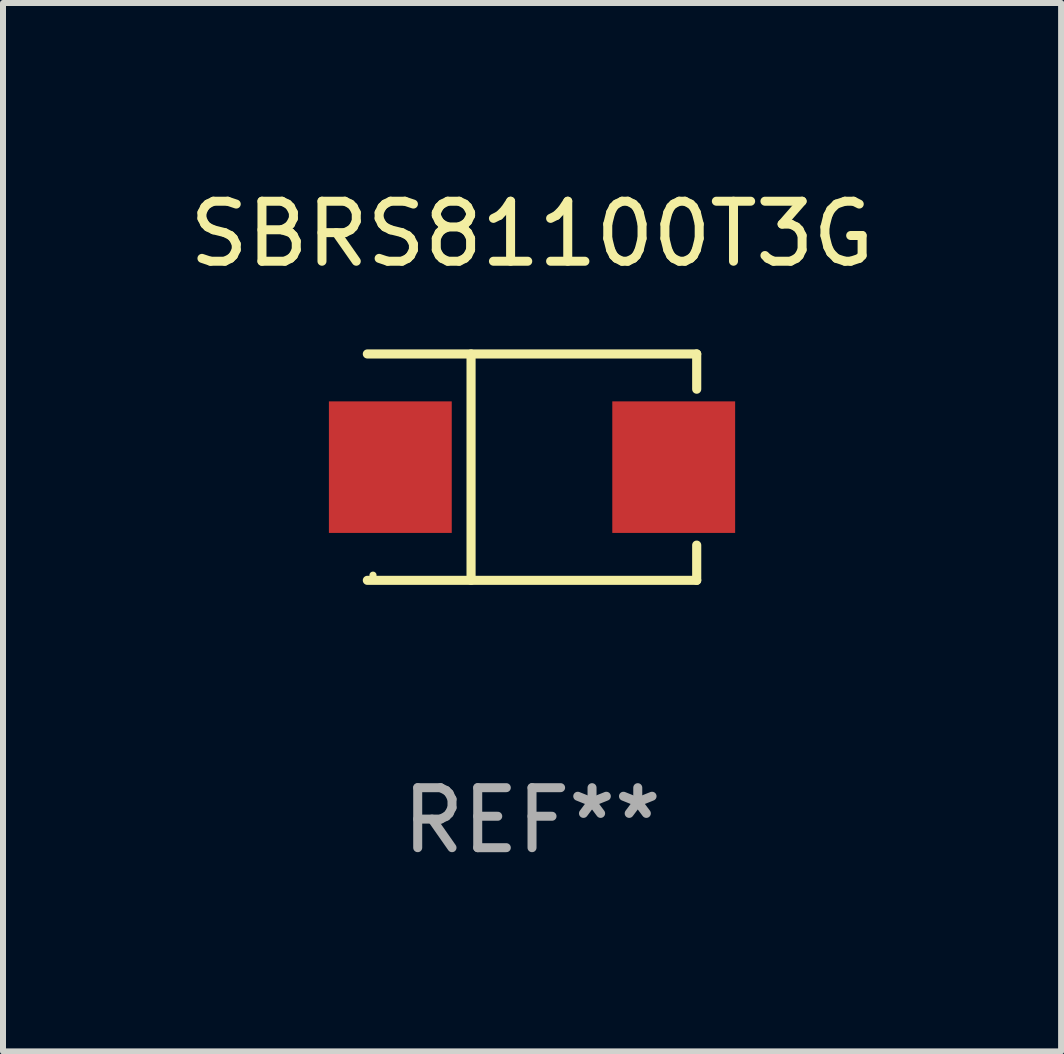
<source format=kicad_pcb>
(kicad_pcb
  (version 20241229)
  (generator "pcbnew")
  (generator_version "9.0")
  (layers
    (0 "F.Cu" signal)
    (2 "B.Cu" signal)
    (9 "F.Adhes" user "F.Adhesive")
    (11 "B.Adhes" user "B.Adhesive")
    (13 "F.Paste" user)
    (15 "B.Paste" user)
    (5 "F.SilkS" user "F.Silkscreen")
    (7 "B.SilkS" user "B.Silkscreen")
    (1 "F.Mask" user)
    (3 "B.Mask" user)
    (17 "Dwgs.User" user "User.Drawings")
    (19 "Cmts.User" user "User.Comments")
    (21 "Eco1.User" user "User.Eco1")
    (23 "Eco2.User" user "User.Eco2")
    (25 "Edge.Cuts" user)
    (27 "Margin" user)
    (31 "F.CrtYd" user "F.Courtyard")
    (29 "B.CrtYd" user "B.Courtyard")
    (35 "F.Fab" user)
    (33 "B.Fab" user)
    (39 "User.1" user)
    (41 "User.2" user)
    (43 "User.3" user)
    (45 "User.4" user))
  (footprint "SBRS81100T3G"
    (layer "F.Cu")
    (at 5.815 4.734)
    (property "Reference" "SBRS81100T3G" (at 0 -3.886 0) (layer "F.SilkS") (effects (font (size 1 1) (thickness 0.15))))
    (attr through_hole)
    (fp_line (start -2.744 -1.886) (end 2.744 -1.886) (stroke (width 0.152) (type solid)) (layer "F.SilkS"))
    (fp_line (start -2.744 1.886) (end 2.744 1.886) (stroke (width 0.152) (type solid)) (layer "F.SilkS"))
    (fp_line (start -1.016 -1.886) (end -1.016 1.886) (stroke (width 0.152) (type solid)) (layer "F.SilkS"))
    (fp_line (start 2.744 -1.886) (end 2.744 -1.299) (stroke (width 0.152) (type solid)) (layer "F.SilkS"))
    (fp_line (start 2.744 1.886) (end 2.744 1.299) (stroke (width 0.152) (type solid)) (layer "F.SilkS"))
    (fp_circle (center -2.65 1.8) (end -2.62 1.8) (stroke (width 0.06) (type solid)) (fill no) (layer "F.SilkS"))
    (fp_text user "REF**" (at 0 5.886 0) (layer "F.Fab") (effects (font (size 1 1) (thickness 0.15))))
    (pad "1" smd rect (at -2.361 0) (size 2.047 2.192) (layers "F.Cu" "F.Mask" "F.Paste"))
    (pad "2" smd rect (at 2.361 0) (size 2.047 2.192) (layers "F.Cu" "F.Mask" "F.Paste")))
  (gr_rect
    (start -3 -3)
    (end 14.631 14.469)
    (stroke (width 0.1) (type default))
    (fill no)
    (layer "Edge.Cuts")))
</source>
